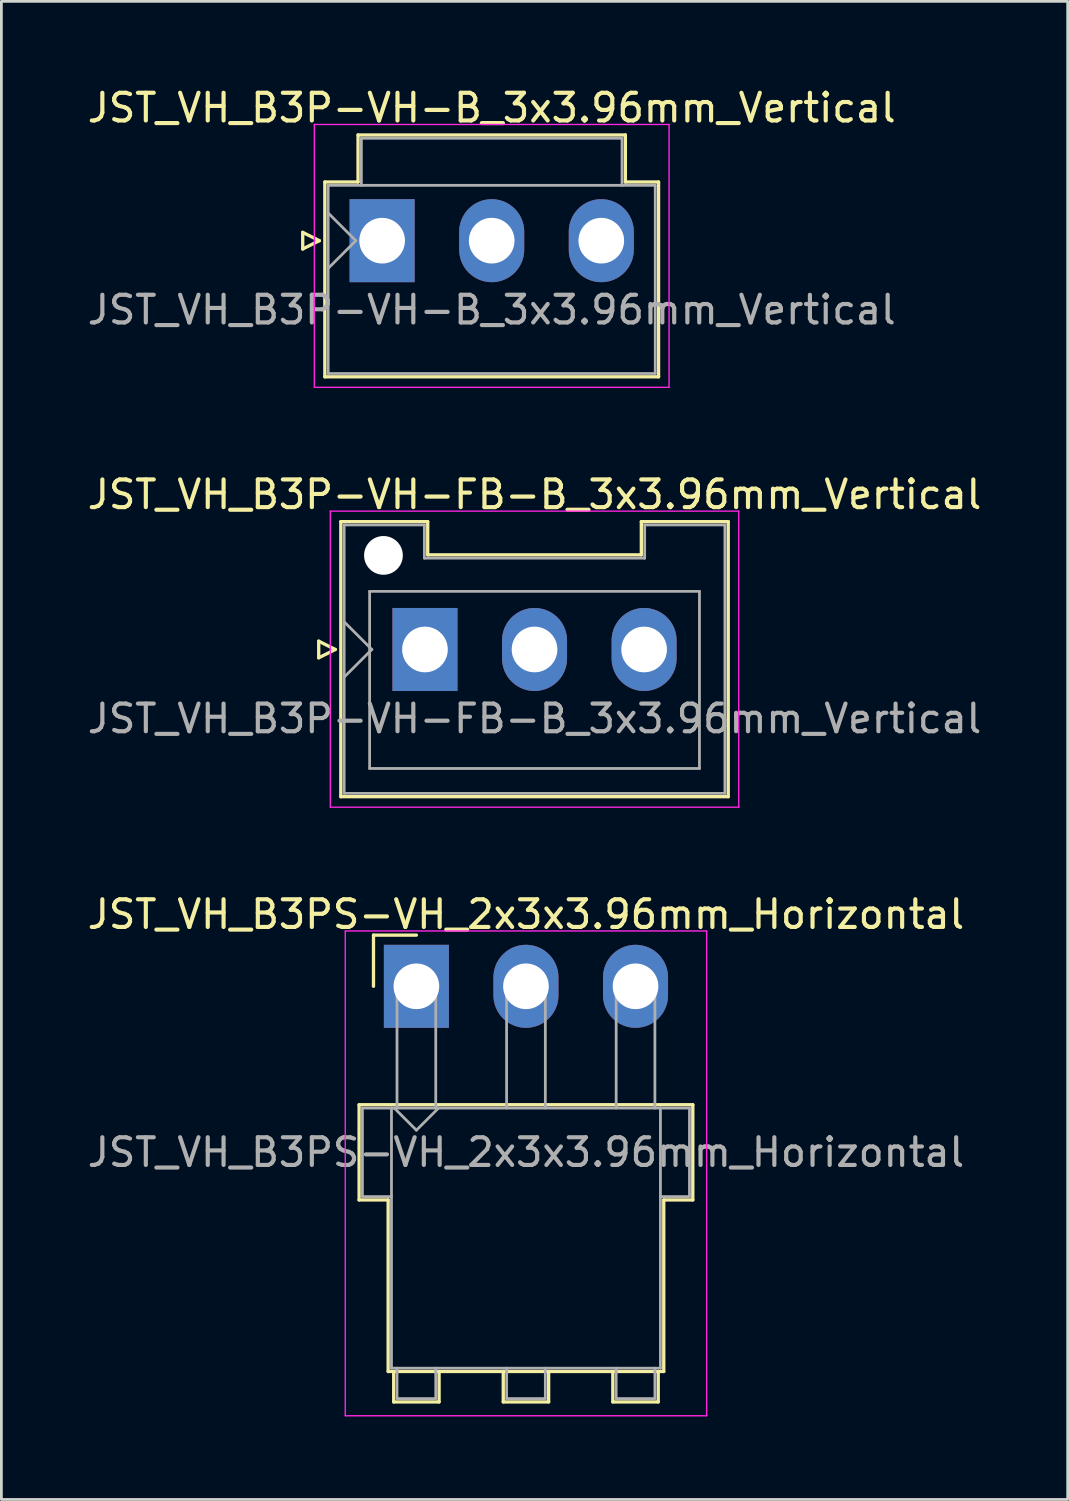
<source format=kicad_pcb>
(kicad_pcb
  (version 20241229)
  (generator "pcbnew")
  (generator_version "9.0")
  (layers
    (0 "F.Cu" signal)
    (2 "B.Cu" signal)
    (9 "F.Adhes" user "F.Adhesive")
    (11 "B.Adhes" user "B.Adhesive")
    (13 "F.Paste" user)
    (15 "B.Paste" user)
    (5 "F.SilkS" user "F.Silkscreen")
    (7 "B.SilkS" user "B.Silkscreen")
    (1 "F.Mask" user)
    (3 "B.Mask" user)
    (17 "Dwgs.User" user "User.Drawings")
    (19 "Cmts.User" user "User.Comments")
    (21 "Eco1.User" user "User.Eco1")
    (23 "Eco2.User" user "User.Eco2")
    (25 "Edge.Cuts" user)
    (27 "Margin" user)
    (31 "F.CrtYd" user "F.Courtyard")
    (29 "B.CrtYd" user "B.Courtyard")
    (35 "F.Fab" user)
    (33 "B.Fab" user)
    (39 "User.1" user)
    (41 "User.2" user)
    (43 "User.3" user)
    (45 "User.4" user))
  (footprint "JST_VH_B3P-VH-FB-B_3x3.96mm_Vertical"
    (layer "F.Cu")
    (at 12.308 20.422)
    (property "Reference" "JST_VH_B3P-VH-FB-B_3x3.96mm_Vertical" (at 3.96 -5.6 0) (layer "F.SilkS") (effects (font (size 1 1) (thickness 0.15))))
    (attr through_hole)
    (fp_line (start -3.84 -0.3) (end -3.24 0) (stroke (width 0.12) (type solid)) (layer "F.SilkS"))
    (fp_line (start -3.84 0.3) (end -3.84 -0.3) (stroke (width 0.12) (type solid)) (layer "F.SilkS"))
    (fp_line (start -3.24 0) (end -3.84 0.3) (stroke (width 0.12) (type solid)) (layer "F.SilkS"))
    (fp_line (start -3.04 -4.62) (end 0.1 -4.62) (stroke (width 0.12) (type solid)) (layer "F.SilkS"))
    (fp_line (start -3.04 5.32) (end -3.04 -4.62) (stroke (width 0.12) (type solid)) (layer "F.SilkS"))
    (fp_line (start 0.1 -4.62) (end 0.1 -3.42) (stroke (width 0.12) (type solid)) (layer "F.SilkS"))
    (fp_line (start 0.1 -3.42) (end 7.82 -3.42) (stroke (width 0.12) (type solid)) (layer "F.SilkS"))
    (fp_line (start 7.82 -4.62) (end 10.96 -4.62) (stroke (width 0.12) (type solid)) (layer "F.SilkS"))
    (fp_line (start 7.82 -3.42) (end 7.82 -4.62) (stroke (width 0.12) (type solid)) (layer "F.SilkS"))
    (fp_line (start 10.96 -4.62) (end 10.96 5.32) (stroke (width 0.12) (type solid)) (layer "F.SilkS"))
    (fp_line (start 10.96 5.32) (end -3.04 5.32) (stroke (width 0.12) (type solid)) (layer "F.SilkS"))
    (fp_line (start -3.42 -5) (end -3.42 5.7) (stroke (width 0.05) (type solid)) (layer "F.CrtYd"))
    (fp_line (start -3.42 5.7) (end 11.34 5.7) (stroke (width 0.05) (type solid)) (layer "F.CrtYd"))
    (fp_line (start 11.34 -5) (end -3.42 -5) (stroke (width 0.05) (type solid)) (layer "F.CrtYd"))
    (fp_line (start 11.34 5.7) (end 11.34 -5) (stroke (width 0.05) (type solid)) (layer "F.CrtYd"))
    (fp_line (start -2.92 -4.5) (end -0.02 -4.5) (stroke (width 0.1) (type solid)) (layer "F.Fab"))
    (fp_line (start -2.92 -1) (end -1.92 0) (stroke (width 0.1) (type solid)) (layer "F.Fab"))
    (fp_line (start -2.92 1) (end -1.92 0) (stroke (width 0.1) (type solid)) (layer "F.Fab"))
    (fp_line (start -2.92 5.2) (end -2.92 -4.5) (stroke (width 0.1) (type solid)) (layer "F.Fab"))
    (fp_line (start -2 -2.1) (end 9.92 -2.1) (stroke (width 0.1) (type solid)) (layer "F.Fab"))
    (fp_line (start -2 4.3) (end -2 -2.1) (stroke (width 0.1) (type solid)) (layer "F.Fab"))
    (fp_line (start -0.02 -4.5) (end -0.02 -3.3) (stroke (width 0.1) (type solid)) (layer "F.Fab"))
    (fp_line (start -0.02 -3.3) (end 7.94 -3.3) (stroke (width 0.1) (type solid)) (layer "F.Fab"))
    (fp_line (start 7.94 -4.5) (end 10.84 -4.5) (stroke (width 0.1) (type solid)) (layer "F.Fab"))
    (fp_line (start 7.94 -3.3) (end 7.94 -4.5) (stroke (width 0.1) (type solid)) (layer "F.Fab"))
    (fp_line (start 9.92 -2.1) (end 9.92 4.3) (stroke (width 0.1) (type solid)) (layer "F.Fab"))
    (fp_line (start 9.92 4.3) (end -2 4.3) (stroke (width 0.1) (type solid)) (layer "F.Fab"))
    (fp_line (start 10.84 -4.5) (end 10.84 5.2) (stroke (width 0.1) (type solid)) (layer "F.Fab"))
    (fp_line (start 10.84 5.2) (end -2.92 5.2) (stroke (width 0.1) (type solid)) (layer "F.Fab"))
    (fp_text user "${REFERENCE}" (at 3.96 2.5 0) (layer "F.Fab") (effects (font (size 1 1) (thickness 0.15))))
    (pad "" np_thru_hole circle (at -1.5 -3.4) (size 1.4 1.4) (drill 1.4) (layers "*.Cu" "*.Mask"))
    (pad "1" thru_hole rect (at 0 0) (size 2.35 3) (drill 1.65) (layers "*.Cu" "*.Mask"))
    (pad "2" thru_hole oval (at 3.96 0) (size 2.35 3) (drill 1.65) (layers "*.Cu" "*.Mask"))
    (pad "3" thru_hole oval (at 7.92 0) (size 2.35 3) (drill 1.65) (layers "*.Cu" "*.Mask")))
  (footprint "JST_VH_B3PS-VH_2x3x3.96mm_Horizontal"
    (layer "F.Cu")
    (at 11.998 32.595)
    (property "Reference" "JST_VH_B3PS-VH_2x3x3.96mm_Horizontal" (at 3.96 -2.6 0) (layer "F.SilkS") (effects (font (size 1 1) (thickness 0.15))))
    (attr through_hole)
    (fp_line (start -2.07 4.28) (end 9.99 4.28) (stroke (width 0.12) (type solid)) (layer "F.SilkS"))
    (fp_line (start -2.07 7.72) (end -2.07 4.28) (stroke (width 0.12) (type solid)) (layer "F.SilkS"))
    (fp_line (start -1.55 -1.85) (end -1.55 0) (stroke (width 0.12) (type solid)) (layer "F.SilkS"))
    (fp_line (start -1.02 7.72) (end -2.07 7.72) (stroke (width 0.12) (type solid)) (layer "F.SilkS"))
    (fp_line (start -1.02 13.92) (end -1.02 7.72) (stroke (width 0.12) (type solid)) (layer "F.SilkS"))
    (fp_line (start -0.82 13.92) (end -0.82 15.02) (stroke (width 0.12) (type solid)) (layer "F.SilkS"))
    (fp_line (start -0.82 15.02) (end 0.82 15.02) (stroke (width 0.12) (type solid)) (layer "F.SilkS"))
    (fp_line (start 0 -1.85) (end -1.55 -1.85) (stroke (width 0.12) (type solid)) (layer "F.SilkS"))
    (fp_line (start 0.82 15.02) (end 0.82 13.92) (stroke (width 0.12) (type solid)) (layer "F.SilkS"))
    (fp_line (start 3.14 13.92) (end 3.14 15.02) (stroke (width 0.12) (type solid)) (layer "F.SilkS"))
    (fp_line (start 3.14 15.02) (end 4.78 15.02) (stroke (width 0.12) (type solid)) (layer "F.SilkS"))
    (fp_line (start 4.78 15.02) (end 4.78 13.92) (stroke (width 0.12) (type solid)) (layer "F.SilkS"))
    (fp_line (start 7.1 13.92) (end 7.1 15.02) (stroke (width 0.12) (type solid)) (layer "F.SilkS"))
    (fp_line (start 7.1 15.02) (end 8.74 15.02) (stroke (width 0.12) (type solid)) (layer "F.SilkS"))
    (fp_line (start 8.74 15.02) (end 8.74 13.92) (stroke (width 0.12) (type solid)) (layer "F.SilkS"))
    (fp_line (start 8.94 7.72) (end 8.94 13.92) (stroke (width 0.12) (type solid)) (layer "F.SilkS"))
    (fp_line (start 8.94 13.92) (end -1.02 13.92) (stroke (width 0.12) (type solid)) (layer "F.SilkS"))
    (fp_line (start 9.99 4.28) (end 9.99 7.72) (stroke (width 0.12) (type solid)) (layer "F.SilkS"))
    (fp_line (start 9.99 7.72) (end 8.94 7.72) (stroke (width 0.12) (type solid)) (layer "F.SilkS"))
    (fp_line (start -2.57 -2) (end -2.57 15.52) (stroke (width 0.05) (type solid)) (layer "F.CrtYd"))
    (fp_line (start -2.57 15.52) (end 10.49 15.52) (stroke (width 0.05) (type solid)) (layer "F.CrtYd"))
    (fp_line (start 10.49 -2) (end -2.57 -2) (stroke (width 0.05) (type solid)) (layer "F.CrtYd"))
    (fp_line (start 10.49 15.52) (end 10.49 -2) (stroke (width 0.05) (type solid)) (layer "F.CrtYd"))
    (fp_line (start -1.95 4.4) (end -0.9 4.4) (stroke (width 0.1) (type solid)) (layer "F.Fab"))
    (fp_line (start -1.95 7.6) (end -1.95 4.4) (stroke (width 0.1) (type solid)) (layer "F.Fab"))
    (fp_line (start -0.9 4.4) (end -0.9 13.8) (stroke (width 0.1) (type solid)) (layer "F.Fab"))
    (fp_line (start -0.9 7.6) (end -1.95 7.6) (stroke (width 0.1) (type solid)) (layer "F.Fab"))
    (fp_line (start -0.9 13.8) (end 8.82 13.8) (stroke (width 0.1) (type solid)) (layer "F.Fab"))
    (fp_line (start -0.8 4.4) (end 0 5.2) (stroke (width 0.1) (type solid)) (layer "F.Fab"))
    (fp_line (start -0.7 0) (end 0.7 0) (stroke (width 0.1) (type solid)) (layer "F.Fab"))
    (fp_line (start -0.7 4.4) (end -0.7 0) (stroke (width 0.1) (type solid)) (layer "F.Fab"))
    (fp_line (start -0.7 13.8) (end -0.7 14.9) (stroke (width 0.1) (type solid)) (layer "F.Fab"))
    (fp_line (start -0.7 14.9) (end 0.7 14.9) (stroke (width 0.1) (type solid)) (layer "F.Fab"))
    (fp_line (start 0 5.2) (end 0.8 4.4) (stroke (width 0.1) (type solid)) (layer "F.Fab"))
    (fp_line (start 0.7 0) (end 0.7 4.4) (stroke (width 0.1) (type solid)) (layer "F.Fab"))
    (fp_line (start 0.7 14.9) (end 0.7 13.8) (stroke (width 0.1) (type solid)) (layer "F.Fab"))
    (fp_line (start 3.26 0) (end 4.66 0) (stroke (width 0.1) (type solid)) (layer "F.Fab"))
    (fp_line (start 3.26 4.4) (end 3.26 0) (stroke (width 0.1) (type solid)) (layer "F.Fab"))
    (fp_line (start 3.26 13.8) (end 3.26 14.9) (stroke (width 0.1) (type solid)) (layer "F.Fab"))
    (fp_line (start 3.26 14.9) (end 4.66 14.9) (stroke (width 0.1) (type solid)) (layer "F.Fab"))
    (fp_line (start 4.66 0) (end 4.66 4.4) (stroke (width 0.1) (type solid)) (layer "F.Fab"))
    (fp_line (start 4.66 14.9) (end 4.66 13.8) (stroke (width 0.1) (type solid)) (layer "F.Fab"))
    (fp_line (start 7.22 0) (end 8.62 0) (stroke (width 0.1) (type solid)) (layer "F.Fab"))
    (fp_line (start 7.22 4.4) (end 7.22 0) (stroke (width 0.1) (type solid)) (layer "F.Fab"))
    (fp_line (start 7.22 13.8) (end 7.22 14.9) (stroke (width 0.1) (type solid)) (layer "F.Fab"))
    (fp_line (start 7.22 14.9) (end 8.62 14.9) (stroke (width 0.1) (type solid)) (layer "F.Fab"))
    (fp_line (start 8.62 0) (end 8.62 4.4) (stroke (width 0.1) (type solid)) (layer "F.Fab"))
    (fp_line (start 8.62 14.9) (end 8.62 13.8) (stroke (width 0.1) (type solid)) (layer "F.Fab"))
    (fp_line (start 8.82 4.4) (end -0.9 4.4) (stroke (width 0.1) (type solid)) (layer "F.Fab"))
    (fp_line (start 8.82 4.4) (end 9.87 4.4) (stroke (width 0.1) (type solid)) (layer "F.Fab"))
    (fp_line (start 8.82 13.8) (end 8.82 4.4) (stroke (width 0.1) (type solid)) (layer "F.Fab"))
    (fp_line (start 9.87 4.4) (end 9.87 7.6) (stroke (width 0.1) (type solid)) (layer "F.Fab"))
    (fp_line (start 9.87 7.6) (end 8.82 7.6) (stroke (width 0.1) (type solid)) (layer "F.Fab"))
    (fp_text user "${REFERENCE}" (at 3.96 6 0) (layer "F.Fab") (effects (font (size 1 1) (thickness 0.15))))
    (pad "1" thru_hole rect (at 0 0) (size 2.35 3) (drill 1.65) (layers "*.Cu" "*.Mask"))
    (pad "2" thru_hole oval (at 3.96 0) (size 2.35 3) (drill 1.65) (layers "*.Cu" "*.Mask"))
    (pad "3" thru_hole oval (at 7.92 0) (size 2.35 3) (drill 1.65) (layers "*.Cu" "*.Mask")))
  (footprint "JST_VH_B3P-VH-B_3x3.96mm_Vertical"
    (layer "F.Cu")
    (at 10.76 5.648)
    (property "Reference" "JST_VH_B3P-VH-B_3x3.96mm_Vertical" (at 3.96 -4.8 0) (layer "F.SilkS") (effects (font (size 1 1) (thickness 0.15))))
    (attr through_hole)
    (fp_line (start -2.87 -0.3) (end -2.27 0) (stroke (width 0.12) (type solid)) (layer "F.SilkS"))
    (fp_line (start -2.87 0.3) (end -2.87 -0.3) (stroke (width 0.12) (type solid)) (layer "F.SilkS"))
    (fp_line (start -2.27 0) (end -2.87 0.3) (stroke (width 0.12) (type solid)) (layer "F.SilkS"))
    (fp_line (start -2.07 -2.12) (end -0.87 -2.12) (stroke (width 0.12) (type solid)) (layer "F.SilkS"))
    (fp_line (start -2.07 4.92) (end -2.07 -2.12) (stroke (width 0.12) (type solid)) (layer "F.SilkS"))
    (fp_line (start -0.87 -3.82) (end 8.79 -3.82) (stroke (width 0.12) (type solid)) (layer "F.SilkS"))
    (fp_line (start -0.87 -2.12) (end -0.87 -3.82) (stroke (width 0.12) (type solid)) (layer "F.SilkS"))
    (fp_line (start 8.79 -3.82) (end 8.79 -2.12) (stroke (width 0.12) (type solid)) (layer "F.SilkS"))
    (fp_line (start 8.79 -2.12) (end 9.99 -2.12) (stroke (width 0.12) (type solid)) (layer "F.SilkS"))
    (fp_line (start 9.99 -2.12) (end 9.99 4.92) (stroke (width 0.12) (type solid)) (layer "F.SilkS"))
    (fp_line (start 9.99 4.92) (end -2.07 4.92) (stroke (width 0.12) (type solid)) (layer "F.SilkS"))
    (fp_line (start -2.45 -4.2) (end -2.45 5.3) (stroke (width 0.05) (type solid)) (layer "F.CrtYd"))
    (fp_line (start -2.45 5.3) (end 10.37 5.3) (stroke (width 0.05) (type solid)) (layer "F.CrtYd"))
    (fp_line (start 10.37 -4.2) (end -2.45 -4.2) (stroke (width 0.05) (type solid)) (layer "F.CrtYd"))
    (fp_line (start 10.37 5.3) (end 10.37 -4.2) (stroke (width 0.05) (type solid)) (layer "F.CrtYd"))
    (fp_line (start -1.95 -2) (end -1.95 4.8) (stroke (width 0.1) (type solid)) (layer "F.Fab"))
    (fp_line (start -1.95 -1) (end -0.95 0) (stroke (width 0.1) (type solid)) (layer "F.Fab"))
    (fp_line (start -1.95 1) (end -0.95 0) (stroke (width 0.1) (type solid)) (layer "F.Fab"))
    (fp_line (start -1.95 4.8) (end 9.87 4.8) (stroke (width 0.1) (type solid)) (layer "F.Fab"))
    (fp_line (start -0.75 -3.7) (end 8.67 -3.7) (stroke (width 0.1) (type solid)) (layer "F.Fab"))
    (fp_line (start -0.75 -2) (end -0.75 -3.7) (stroke (width 0.1) (type solid)) (layer "F.Fab"))
    (fp_line (start 8.67 -3.7) (end 8.67 -2) (stroke (width 0.1) (type solid)) (layer "F.Fab"))
    (fp_line (start 9.87 -2) (end -1.95 -2) (stroke (width 0.1) (type solid)) (layer "F.Fab"))
    (fp_line (start 9.87 4.8) (end 9.87 -2) (stroke (width 0.1) (type solid)) (layer "F.Fab"))
    (fp_text user "${REFERENCE}" (at 3.96 2.5 0) (layer "F.Fab") (effects (font (size 1 1) (thickness 0.15))))
    (pad "1" thru_hole rect (at 0 0) (size 2.35 3) (drill 1.65) (layers "*.Cu" "*.Mask"))
    (pad "2" thru_hole oval (at 3.96 0) (size 2.35 3) (drill 1.65) (layers "*.Cu" "*.Mask"))
    (pad "3" thru_hole oval (at 7.92 0) (size 2.35 3) (drill 1.65) (layers "*.Cu" "*.Mask")))
  (gr_rect
    (start -3 -3)
    (end 35.536 51.14)
    (stroke (width 0.1) (type default))
    (fill no)
    (layer "Edge.Cuts")))
</source>
